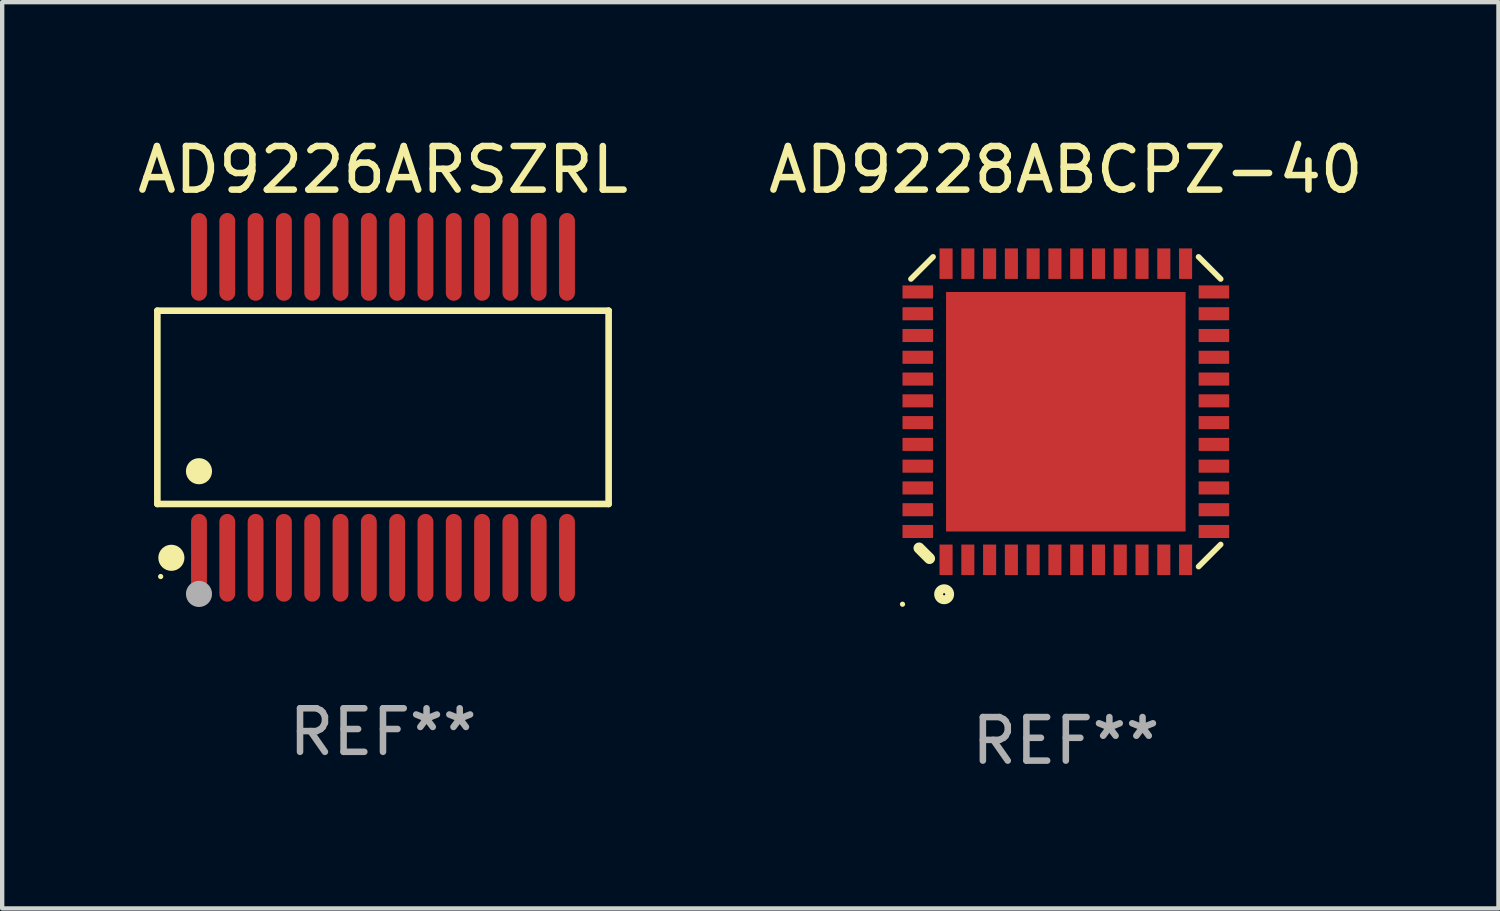
<source format=kicad_pcb>
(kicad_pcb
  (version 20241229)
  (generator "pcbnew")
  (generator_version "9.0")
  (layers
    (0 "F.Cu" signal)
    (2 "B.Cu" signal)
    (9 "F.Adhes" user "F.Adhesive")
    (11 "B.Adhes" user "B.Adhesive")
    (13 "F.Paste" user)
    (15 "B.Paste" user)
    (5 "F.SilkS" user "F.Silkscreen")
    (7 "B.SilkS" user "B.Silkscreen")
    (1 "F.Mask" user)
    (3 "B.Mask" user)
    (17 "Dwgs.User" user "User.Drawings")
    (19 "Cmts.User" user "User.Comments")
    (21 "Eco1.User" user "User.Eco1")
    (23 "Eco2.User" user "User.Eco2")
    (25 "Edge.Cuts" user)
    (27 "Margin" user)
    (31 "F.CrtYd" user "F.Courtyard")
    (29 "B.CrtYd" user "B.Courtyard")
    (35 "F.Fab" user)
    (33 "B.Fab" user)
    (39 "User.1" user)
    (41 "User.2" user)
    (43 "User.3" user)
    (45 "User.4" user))
  (footprint "AD9226ARSZRL"
    (layer "F.Cu")
    (at 5.744 6.303)
    (property "Reference" "AD9226ARSZRL" (at 0 -5.455 0) (layer "F.SilkS") (effects (font (size 1 1) (thickness 0.15))))
    (attr through_hole)
    (fp_line (start -5.181 -2.219) (end 5.181 -2.219) (stroke (width 0.152) (type solid)) (layer "F.SilkS"))
    (fp_line (start -5.181 2.219) (end -5.181 -2.219) (stroke (width 0.152) (type solid)) (layer "F.SilkS"))
    (fp_line (start 5.181 -2.219) (end 5.181 2.219) (stroke (width 0.152) (type solid)) (layer "F.SilkS"))
    (fp_line (start 5.181 2.219) (end -5.181 2.219) (stroke (width 0.152) (type solid)) (layer "F.SilkS"))
    (fp_circle (center -5.105 3.885) (end -5.075 3.885) (stroke (width 0.06) (type solid)) (fill no) (layer "F.SilkS"))
    (fp_circle (center -4.859 3.455) (end -4.709 3.455) (stroke (width 0.3) (type solid)) (fill no) (layer "F.SilkS"))
    (fp_circle (center -4.225 1.467) (end -4.075 1.467) (stroke (width 0.3) (type solid)) (fill no) (layer "F.SilkS"))
    (fp_circle (center -4.225 4.285) (end -4.075 4.285) (stroke (width 0.3) (type solid)) (fill no) (layer "F.Fab"))
    (fp_text user "REF**" (at 0 7.455 0) (layer "F.Fab") (effects (font (size 1 1) (thickness 0.15))))
    (pad "1" smd oval (at -4.225 3.455) (size 0.364 2.015) (layers "F.Cu" "F.Mask" "F.Paste"))
    (pad "2" smd oval (at -3.575 3.455) (size 0.364 2.015) (layers "F.Cu" "F.Mask" "F.Paste"))
    (pad "3" smd oval (at -2.925 3.455) (size 0.364 2.015) (layers "F.Cu" "F.Mask" "F.Paste"))
    (pad "4" smd oval (at -2.275 3.455) (size 0.364 2.015) (layers "F.Cu" "F.Mask" "F.Paste"))
    (pad "5" smd oval (at -1.625 3.455) (size 0.364 2.015) (layers "F.Cu" "F.Mask" "F.Paste"))
    (pad "6" smd oval (at -0.975 3.455) (size 0.364 2.015) (layers "F.Cu" "F.Mask" "F.Paste"))
    (pad "7" smd oval (at -0.325 3.455) (size 0.364 2.015) (layers "F.Cu" "F.Mask" "F.Paste"))
    (pad "8" smd oval (at 0.325 3.455) (size 0.364 2.015) (layers "F.Cu" "F.Mask" "F.Paste"))
    (pad "9" smd oval (at 0.975 3.455) (size 0.364 2.015) (layers "F.Cu" "F.Mask" "F.Paste"))
    (pad "10" smd oval (at 1.625 3.455) (size 0.364 2.015) (layers "F.Cu" "F.Mask" "F.Paste"))
    (pad "11" smd oval (at 2.275 3.455) (size 0.364 2.015) (layers "F.Cu" "F.Mask" "F.Paste"))
    (pad "12" smd oval (at 2.925 3.455) (size 0.364 2.015) (layers "F.Cu" "F.Mask" "F.Paste"))
    (pad "13" smd oval (at 3.575 3.455) (size 0.364 2.015) (layers "F.Cu" "F.Mask" "F.Paste"))
    (pad "14" smd oval (at 4.225 3.455) (size 0.364 2.015) (layers "F.Cu" "F.Mask" "F.Paste"))
    (pad "15" smd oval (at 4.225 -3.455) (size 0.364 2.015) (layers "F.Cu" "F.Mask" "F.Paste"))
    (pad "16" smd oval (at 3.575 -3.455) (size 0.364 2.015) (layers "F.Cu" "F.Mask" "F.Paste"))
    (pad "17" smd oval (at 2.925 -3.455) (size 0.364 2.015) (layers "F.Cu" "F.Mask" "F.Paste"))
    (pad "18" smd oval (at 2.275 -3.455) (size 0.364 2.015) (layers "F.Cu" "F.Mask" "F.Paste"))
    (pad "19" smd oval (at 1.625 -3.455) (size 0.364 2.015) (layers "F.Cu" "F.Mask" "F.Paste"))
    (pad "20" smd oval (at 0.975 -3.455) (size 0.364 2.015) (layers "F.Cu" "F.Mask" "F.Paste"))
    (pad "21" smd oval (at 0.325 -3.455) (size 0.364 2.015) (layers "F.Cu" "F.Mask" "F.Paste"))
    (pad "22" smd oval (at -0.325 -3.455) (size 0.364 2.015) (layers "F.Cu" "F.Mask" "F.Paste"))
    (pad "23" smd oval (at -0.975 -3.455) (size 0.364 2.015) (layers "F.Cu" "F.Mask" "F.Paste"))
    (pad "24" smd oval (at -1.625 -3.455) (size 0.364 2.015) (layers "F.Cu" "F.Mask" "F.Paste"))
    (pad "25" smd oval (at -2.275 -3.455) (size 0.364 2.015) (layers "F.Cu" "F.Mask" "F.Paste"))
    (pad "26" smd oval (at -2.925 -3.455) (size 0.364 2.015) (layers "F.Cu" "F.Mask" "F.Paste"))
    (pad "27" smd oval (at -3.575 -3.455) (size 0.364 2.015) (layers "F.Cu" "F.Mask" "F.Paste"))
    (pad "28" smd oval (at -4.225 -3.455) (size 0.364 2.015) (layers "F.Cu" "F.Mask" "F.Paste")))
  (footprint "AD9228ABCPZ-40"
    (layer "F.Cu")
    (at 21.423 6.404)
    (property "Reference" "AD9228ABCPZ-40" (at 0 -5.556 0) (layer "F.SilkS") (effects (font (size 1 1) (thickness 0.15))))
    (attr through_hole)
    (fp_line (start -3.37 3.13) (end -3.13 3.37) (stroke (width 0.254) (type solid)) (layer "F.SilkS"))
    (fp_line (start -3.048 -3.556) (end -3.556 -3.048) (stroke (width 0.129) (type solid)) (layer "F.SilkS"))
    (fp_line (start 3.048 3.556) (end 3.556 3.048) (stroke (width 0.129) (type solid)) (layer "F.SilkS"))
    (fp_line (start 3.556 -3.048) (end 3.048 -3.556) (stroke (width 0.129) (type solid)) (layer "F.SilkS"))
    (fp_circle (center -3.75 4.42) (end -3.72 4.42) (stroke (width 0.06) (type solid)) (fill no) (layer "F.SilkS"))
    (fp_circle (center -2.794 4.191) (end -2.667 4.191) (stroke (width 0.204) (type solid)) (fill no) (layer "F.SilkS"))
    (fp_text user "REF**" (at 0 7.556 0) (layer "F.Fab") (effects (font (size 1 1) (thickness 0.15))))
    (pad "1" smd rect (at -2.75 3.4) (size 0.3 0.7) (layers "F.Cu" "F.Mask" "F.Paste"))
    (pad "2" smd rect (at -2.25 3.4) (size 0.3 0.7) (layers "F.Cu" "F.Mask" "F.Paste"))
    (pad "3" smd rect (at -1.75 3.4) (size 0.3 0.7) (layers "F.Cu" "F.Mask" "F.Paste"))
    (pad "4" smd rect (at -1.25 3.4) (size 0.3 0.7) (layers "F.Cu" "F.Mask" "F.Paste"))
    (pad "5" smd rect (at -0.75 3.4) (size 0.3 0.7) (layers "F.Cu" "F.Mask" "F.Paste"))
    (pad "6" smd rect (at -0.25 3.4) (size 0.3 0.7) (layers "F.Cu" "F.Mask" "F.Paste"))
    (pad "7" smd rect (at 0.25 3.4) (size 0.3 0.7) (layers "F.Cu" "F.Mask" "F.Paste"))
    (pad "8" smd rect (at 0.75 3.4) (size 0.3 0.7) (layers "F.Cu" "F.Mask" "F.Paste"))
    (pad "9" smd rect (at 1.25 3.4) (size 0.3 0.7) (layers "F.Cu" "F.Mask" "F.Paste"))
    (pad "10" smd rect (at 1.75 3.4) (size 0.3 0.7) (layers "F.Cu" "F.Mask" "F.Paste"))
    (pad "11" smd rect (at 2.25 3.4) (size 0.3 0.7) (layers "F.Cu" "F.Mask" "F.Paste"))
    (pad "12" smd rect (at 2.75 3.4) (size 0.3 0.7) (layers "F.Cu" "F.Mask" "F.Paste"))
    (pad "13" smd rect (at 3.4 2.75) (size 0.7 0.3) (layers "F.Cu" "F.Mask" "F.Paste"))
    (pad "14" smd rect (at 3.4 2.25) (size 0.7 0.3) (layers "F.Cu" "F.Mask" "F.Paste"))
    (pad "15" smd rect (at 3.4 1.75) (size 0.7 0.3) (layers "F.Cu" "F.Mask" "F.Paste"))
    (pad "16" smd rect (at 3.4 1.25) (size 0.7 0.3) (layers "F.Cu" "F.Mask" "F.Paste"))
    (pad "17" smd rect (at 3.4 0.75) (size 0.7 0.3) (layers "F.Cu" "F.Mask" "F.Paste"))
    (pad "18" smd rect (at 3.4 0.25) (size 0.7 0.3) (layers "F.Cu" "F.Mask" "F.Paste"))
    (pad "19" smd rect (at 3.4 -0.25) (size 0.7 0.3) (layers "F.Cu" "F.Mask" "F.Paste"))
    (pad "20" smd rect (at 3.4 -0.75) (size 0.7 0.3) (layers "F.Cu" "F.Mask" "F.Paste"))
    (pad "21" smd rect (at 3.4 -1.25) (size 0.7 0.3) (layers "F.Cu" "F.Mask" "F.Paste"))
    (pad "22" smd rect (at 3.4 -1.75) (size 0.7 0.3) (layers "F.Cu" "F.Mask" "F.Paste"))
    (pad "23" smd rect (at 3.4 -2.25) (size 0.7 0.3) (layers "F.Cu" "F.Mask" "F.Paste"))
    (pad "24" smd rect (at 3.4 -2.75) (size 0.7 0.3) (layers "F.Cu" "F.Mask" "F.Paste"))
    (pad "25" smd rect (at 2.75 -3.4) (size 0.3 0.7) (layers "F.Cu" "F.Mask" "F.Paste"))
    (pad "26" smd rect (at 2.25 -3.4) (size 0.3 0.7) (layers "F.Cu" "F.Mask" "F.Paste"))
    (pad "27" smd rect (at 1.75 -3.4) (size 0.3 0.7) (layers "F.Cu" "F.Mask" "F.Paste"))
    (pad "28" smd rect (at 1.25 -3.4) (size 0.3 0.7) (layers "F.Cu" "F.Mask" "F.Paste"))
    (pad "29" smd rect (at 0.75 -3.4) (size 0.3 0.7) (layers "F.Cu" "F.Mask" "F.Paste"))
    (pad "30" smd rect (at 0.25 -3.4) (size 0.3 0.7) (layers "F.Cu" "F.Mask" "F.Paste"))
    (pad "31" smd rect (at -0.25 -3.4) (size 0.3 0.7) (layers "F.Cu" "F.Mask" "F.Paste"))
    (pad "32" smd rect (at -0.75 -3.4) (size 0.3 0.7) (layers "F.Cu" "F.Mask" "F.Paste"))
    (pad "33" smd rect (at -1.25 -3.4) (size 0.3 0.7) (layers "F.Cu" "F.Mask" "F.Paste"))
    (pad "34" smd rect (at -1.75 -3.4) (size 0.3 0.7) (layers "F.Cu" "F.Mask" "F.Paste"))
    (pad "35" smd rect (at -2.25 -3.4) (size 0.3 0.7) (layers "F.Cu" "F.Mask" "F.Paste"))
    (pad "36" smd rect (at -2.75 -3.4) (size 0.3 0.7) (layers "F.Cu" "F.Mask" "F.Paste"))
    (pad "37" smd rect (at -3.4 -2.75) (size 0.7 0.3) (layers "F.Cu" "F.Mask" "F.Paste"))
    (pad "38" smd rect (at -3.4 -2.25) (size 0.7 0.3) (layers "F.Cu" "F.Mask" "F.Paste"))
    (pad "39" smd rect (at -3.4 -1.75) (size 0.7 0.3) (layers "F.Cu" "F.Mask" "F.Paste"))
    (pad "40" smd rect (at -3.4 -1.25) (size 0.7 0.3) (layers "F.Cu" "F.Mask" "F.Paste"))
    (pad "41" smd rect (at -3.4 -0.75) (size 0.7 0.3) (layers "F.Cu" "F.Mask" "F.Paste"))
    (pad "42" smd rect (at -3.4 -0.25) (size 0.7 0.3) (layers "F.Cu" "F.Mask" "F.Paste"))
    (pad "43" smd rect (at -3.4 0.25) (size 0.7 0.3) (layers "F.Cu" "F.Mask" "F.Paste"))
    (pad "44" smd rect (at -3.4 0.75) (size 0.7 0.3) (layers "F.Cu" "F.Mask" "F.Paste"))
    (pad "45" smd rect (at -3.4 1.25) (size 0.7 0.3) (layers "F.Cu" "F.Mask" "F.Paste"))
    (pad "46" smd rect (at -3.4 1.75) (size 0.7 0.3) (layers "F.Cu" "F.Mask" "F.Paste"))
    (pad "47" smd rect (at -3.4 2.25) (size 0.7 0.3) (layers "F.Cu" "F.Mask" "F.Paste"))
    (pad "48" smd rect (at -3.4 2.75) (size 0.7 0.3) (layers "F.Cu" "F.Mask" "F.Paste"))
    (pad "49" smd rect (at 0 0) (size 5.5 5.5) (layers "F.Cu" "F.Mask" "F.Paste")))
  (gr_rect
    (start -3 -3)
    (end 31.357 17.809)
    (stroke (width 0.1) (type default))
    (fill no)
    (layer "Edge.Cuts")))
</source>
